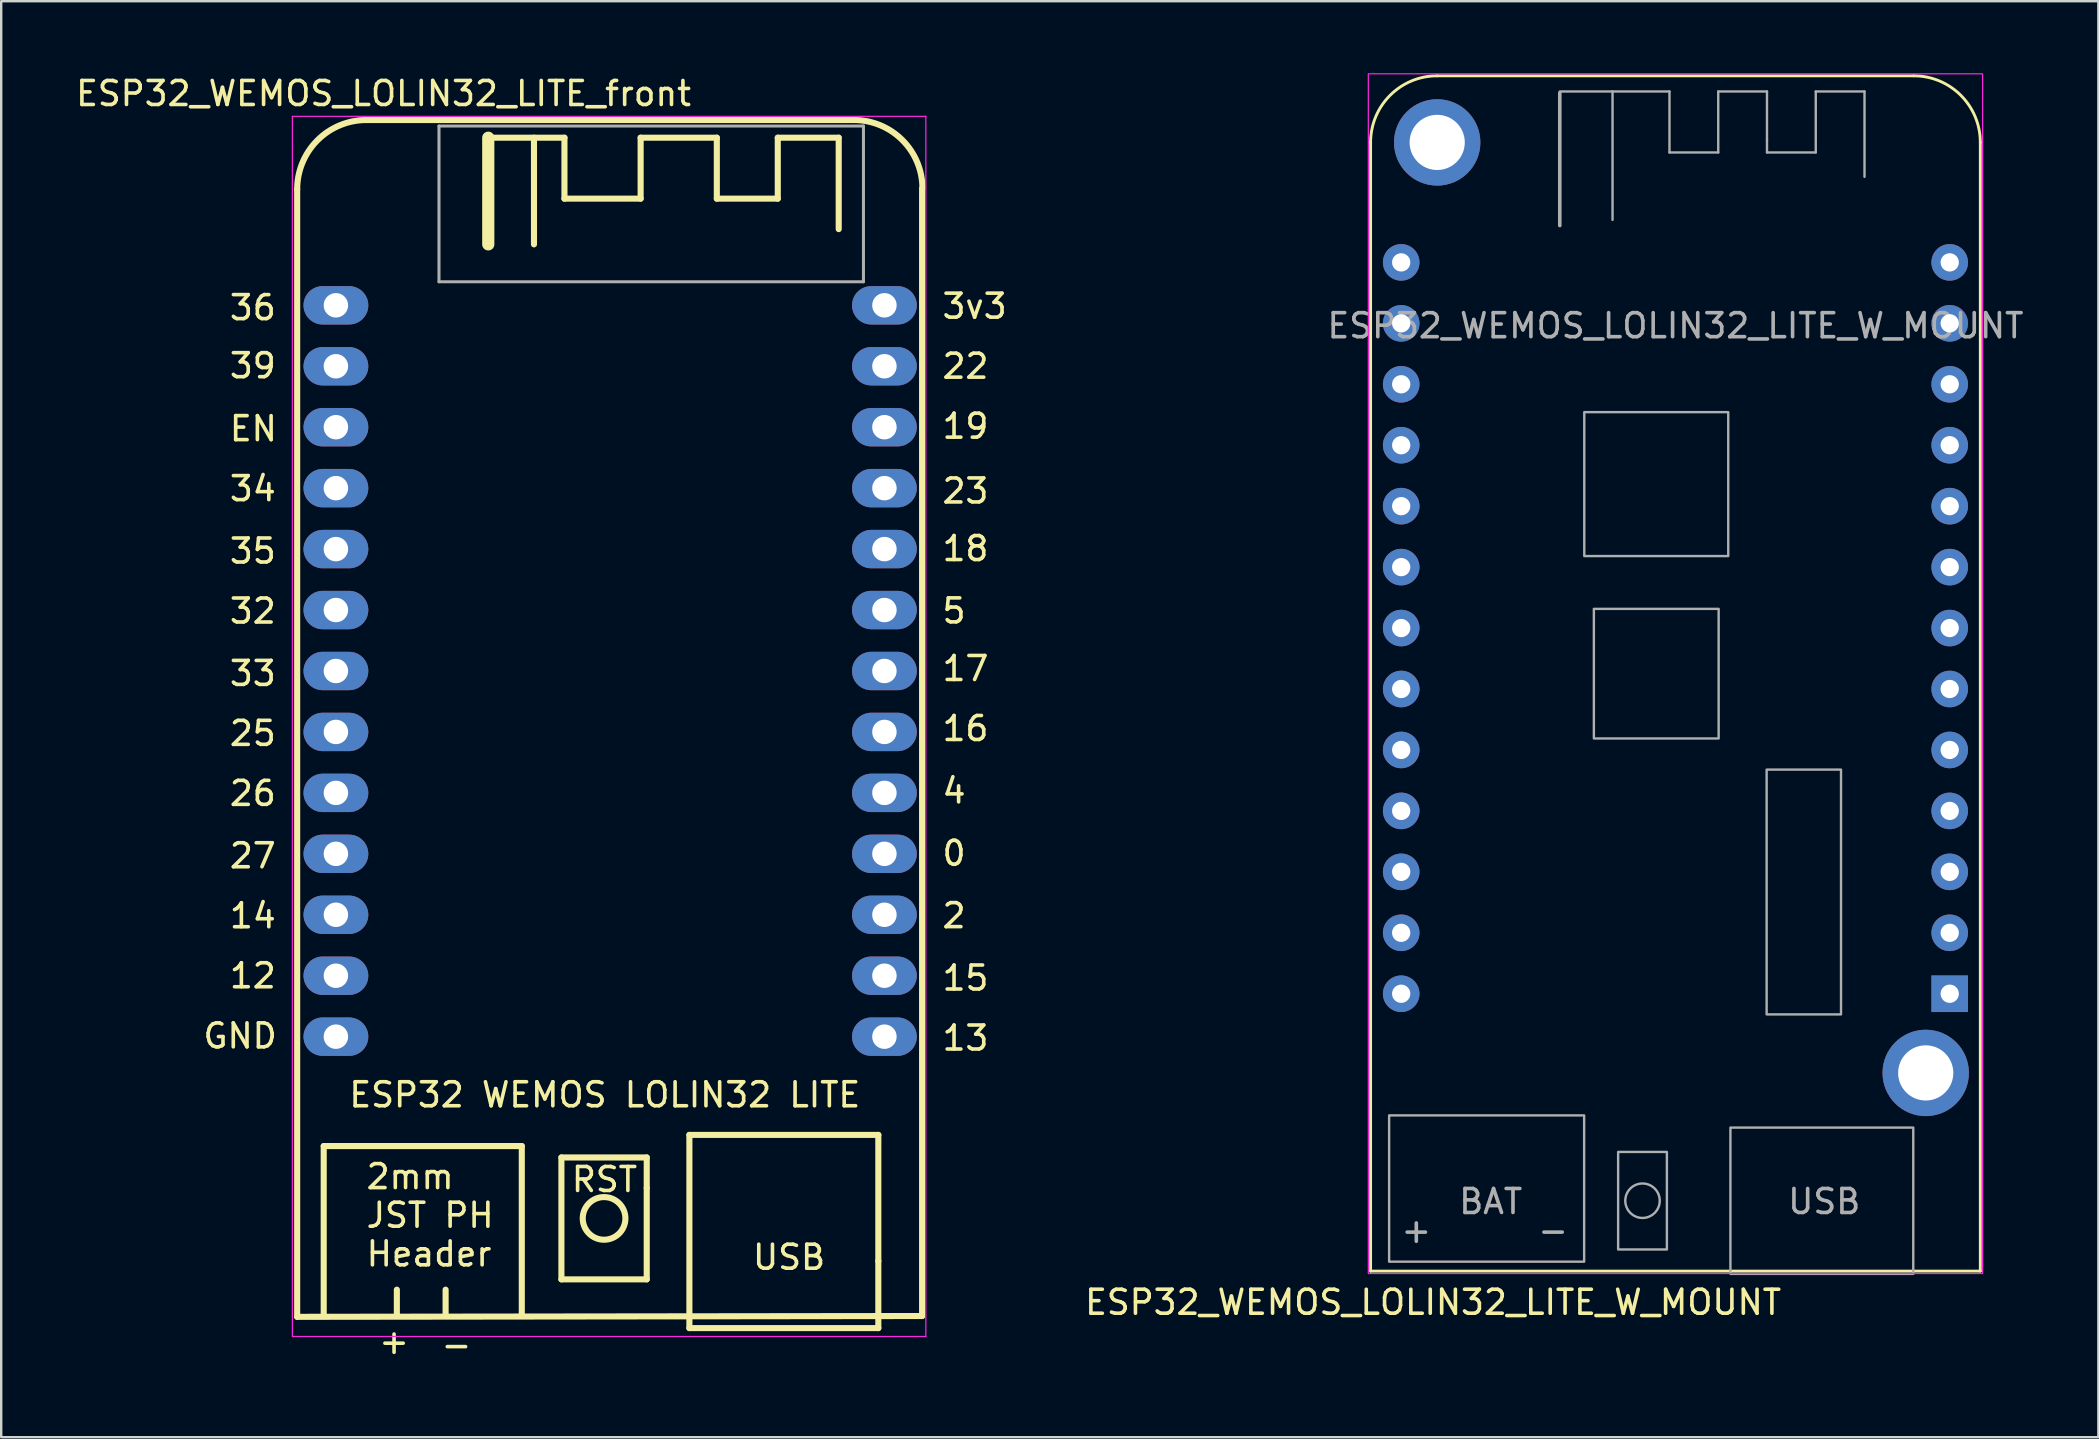
<source format=kicad_pcb>
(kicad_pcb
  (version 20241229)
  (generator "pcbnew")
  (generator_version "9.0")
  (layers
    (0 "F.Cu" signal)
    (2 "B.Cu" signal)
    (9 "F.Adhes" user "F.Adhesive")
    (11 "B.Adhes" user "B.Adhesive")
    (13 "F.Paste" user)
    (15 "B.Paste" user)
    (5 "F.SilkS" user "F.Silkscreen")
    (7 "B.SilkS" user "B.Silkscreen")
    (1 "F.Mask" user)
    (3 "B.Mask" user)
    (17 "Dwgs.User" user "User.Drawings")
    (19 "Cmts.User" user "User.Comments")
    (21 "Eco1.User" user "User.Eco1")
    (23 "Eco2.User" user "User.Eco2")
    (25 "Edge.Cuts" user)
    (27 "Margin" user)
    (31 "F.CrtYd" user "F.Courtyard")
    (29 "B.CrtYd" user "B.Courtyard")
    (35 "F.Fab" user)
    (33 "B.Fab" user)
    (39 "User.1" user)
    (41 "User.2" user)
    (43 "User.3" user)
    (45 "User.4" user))
  (footprint "ESP32_WEMOS_LOLIN32_LITE_W_MOUNT"
    (layer "F.Cu")
    (at 78.206 38.365)
    (property "Reference" "ESP32_WEMOS_LOLIN32_LITE_W_MOUNT" (at -21.53 12.86 0) (unlocked yes) (layer "F.SilkS") (effects (font (size 1 1) (thickness 0.15))))
    (attr through_hole)
    (fp_line (start -24.135 11.56) (end -24.135 -35.48) (stroke (width 0.12) (type solid)) (layer "F.SilkS"))
    (fp_line (start -21.36 -38.255) (end -1.5 -38.255) (stroke (width 0.12) (type solid)) (layer "F.SilkS"))
    (fp_line (start 1.275 -35.48) (end 1.275 11.56) (stroke (width 0.12) (type solid)) (layer "F.SilkS"))
    (fp_line (start 1.275 11.56) (end -24.135 11.56) (stroke (width 0.12) (type solid)) (layer "F.SilkS"))
    (fp_arc (start -24.135 -35.48) (mid -23.322221 -37.442221) (end -21.36 -38.255) (stroke (width 0.12) (type solid)) (layer "F.SilkS"))
    (fp_arc (start -1.5 -38.255) (mid 0.462221 -37.442221) (end 1.275 -35.48) (stroke (width 0.12) (type solid)) (layer "F.SilkS"))
    (fp_rect (start -24.23 -38.34) (end 1.37 11.66) (stroke (width 0.05) (type solid)) (fill no) (layer "F.CrtYd"))
    (fp_line (start -16.251 -37.602) (end -11.679 -37.602) (stroke (width 0.1) (type solid)) (layer "F.Fab"))
    (fp_line (start -16.251 -32.014) (end -16.251 -37.54) (stroke (width 0.15) (type solid)) (layer "F.Fab"))
    (fp_line (start -14.052 -32.252) (end -14.052 -37.602) (stroke (width 0.1) (type solid)) (layer "F.Fab"))
    (fp_line (start -11.679 -37.602) (end -11.679 -35.062) (stroke (width 0.1) (type solid)) (layer "F.Fab"))
    (fp_line (start -11.679 -35.062) (end -9.647 -35.062) (stroke (width 0.1) (type solid)) (layer "F.Fab"))
    (fp_line (start -9.647 -37.602) (end -7.615 -37.602) (stroke (width 0.1) (type solid)) (layer "F.Fab"))
    (fp_line (start -9.647 -35.062) (end -9.647 -37.602) (stroke (width 0.1) (type solid)) (layer "F.Fab"))
    (fp_line (start -7.615 -37.602) (end -7.615 -35.57) (stroke (width 0.1) (type solid)) (layer "F.Fab"))
    (fp_line (start -7.615 -35.57) (end -7.615 -35.062) (stroke (width 0.1) (type solid)) (layer "F.Fab"))
    (fp_line (start -7.615 -35.062) (end -5.583 -35.062) (stroke (width 0.1) (type solid)) (layer "F.Fab"))
    (fp_line (start -5.583 -37.602) (end -3.551 -37.602) (stroke (width 0.1) (type solid)) (layer "F.Fab"))
    (fp_line (start -5.583 -35.062) (end -5.583 -37.602) (stroke (width 0.1) (type solid)) (layer "F.Fab"))
    (fp_line (start -3.551 -37.602) (end -3.551 -34.046) (stroke (width 0.1) (type solid)) (layer "F.Fab"))
    (fp_rect (start -23.363 11.166) (end -15.235 5.07) (stroke (width 0.1) (type solid)) (fill no) (layer "F.Fab"))
    (fp_rect (start -15.23 -24.24) (end -9.23 -18.24) (stroke (width 0.1) (type solid)) (fill no) (layer "F.Fab"))
    (fp_rect (start -14.83 -16.04) (end -9.63 -10.64) (stroke (width 0.1) (type solid)) (fill no) (layer "F.Fab"))
    (fp_rect (start -13.819 6.594) (end -11.787 10.658) (stroke (width 0.1) (type solid)) (fill no) (layer "F.Fab"))
    (fp_rect (start -7.63 -9.34) (end -4.53 0.86) (stroke (width 0.1) (type solid)) (fill no) (layer "F.Fab"))
    (fp_rect (start -1.519 11.674) (end -9.139 5.578) (stroke (width 0.1) (type solid)) (fill no) (layer "F.Fab"))
    (fp_circle (center -12.803 8.626) (end -12.085 8.626) (stroke (width 0.1) (type solid)) (fill no) (layer "F.Fab"))
    (fp_text user "+" (at -22.23 9.86 0) (unlocked yes) (layer "F.Fab") (effects (font (size 1 1) (thickness 0.15))))
    (fp_text user "USB" (at -5.23 8.66 0) (unlocked yes) (layer "F.Fab") (effects (font (size 1 1) (thickness 0.15))))
    (fp_text user "-" (at -16.53 9.86 0) (unlocked yes) (layer "F.Fab") (effects (font (size 1 1) (thickness 0.15))))
    (fp_text user "BAT" (at -19.13 8.66 0) (unlocked yes) (layer "F.Fab") (effects (font (size 1 1) (thickness 0.15))))
    (fp_text user "${REFERENCE}" (at -11.43 -27.84 0) (unlocked yes) (layer "F.Fab") (effects (font (size 1 1) (thickness 0.15))))
    (pad "" np_thru_hole circle (at -21.36 -35.48) (size 3.6 3.6) (drill 2.3) (layers "*.Cu" "*.Mask"))
    (pad "" np_thru_hole circle (at -1 3.3) (size 3.6 3.6) (drill 2.3) (layers "*.Cu" "*.Mask"))
    (pad "1" thru_hole rect (at 0 0) (size 1.524 1.524) (drill 0.762) (layers "*.Cu" "*.Mask"))
    (pad "2" thru_hole circle (at 0 -2.54) (size 1.524 1.524) (drill 0.762) (layers "*.Cu" "*.Mask"))
    (pad "3" thru_hole circle (at 0 -5.08) (size 1.524 1.524) (drill 0.762) (layers "*.Cu" "*.Mask"))
    (pad "4" thru_hole circle (at 0 -7.62) (size 1.524 1.524) (drill 0.762) (layers "*.Cu" "*.Mask"))
    (pad "5" thru_hole circle (at 0 -10.16) (size 1.524 1.524) (drill 0.762) (layers "*.Cu" "*.Mask"))
    (pad "6" thru_hole circle (at 0 -12.7) (size 1.524 1.524) (drill 0.762) (layers "*.Cu" "*.Mask"))
    (pad "7" thru_hole circle (at 0 -15.24) (size 1.524 1.524) (drill 0.762) (layers "*.Cu" "*.Mask"))
    (pad "8" thru_hole circle (at 0 -17.78) (size 1.524 1.524) (drill 0.762) (layers "*.Cu" "*.Mask"))
    (pad "9" thru_hole circle (at 0 -20.32) (size 1.524 1.524) (drill 0.762) (layers "*.Cu" "*.Mask"))
    (pad "10" thru_hole circle (at 0 -22.86) (size 1.524 1.524) (drill 0.762) (layers "*.Cu" "*.Mask"))
    (pad "11" thru_hole circle (at 0 -25.4) (size 1.524 1.524) (drill 0.762) (layers "*.Cu" "*.Mask"))
    (pad "12" thru_hole circle (at 0 -27.94) (size 1.524 1.524) (drill 0.762) (layers "*.Cu" "*.Mask"))
    (pad "13" thru_hole circle (at 0 -30.48) (size 1.524 1.524) (drill 0.762) (layers "*.Cu" "*.Mask"))
    (pad "14" thru_hole circle (at -22.86 -30.48) (size 1.524 1.524) (drill 0.762) (layers "*.Cu" "*.Mask"))
    (pad "15" thru_hole circle (at -22.86 -27.94) (size 1.524 1.524) (drill 0.762) (layers "*.Cu" "*.Mask"))
    (pad "16" thru_hole circle (at -22.86 -25.4) (size 1.524 1.524) (drill 0.762) (layers "*.Cu" "*.Mask"))
    (pad "17" thru_hole circle (at -22.86 -22.86) (size 1.524 1.524) (drill 0.762) (layers "*.Cu" "*.Mask"))
    (pad "18" thru_hole circle (at -22.86 -20.32) (size 1.524 1.524) (drill 0.762) (layers "*.Cu" "*.Mask"))
    (pad "19" thru_hole circle (at -22.86 -17.78) (size 1.524 1.524) (drill 0.762) (layers "*.Cu" "*.Mask"))
    (pad "20" thru_hole circle (at -22.86 -15.24) (size 1.524 1.524) (drill 0.762) (layers "*.Cu" "*.Mask"))
    (pad "21" thru_hole circle (at -22.86 -12.7) (size 1.524 1.524) (drill 0.762) (layers "*.Cu" "*.Mask"))
    (pad "22" thru_hole circle (at -22.86 -10.16) (size 1.524 1.524) (drill 0.762) (layers "*.Cu" "*.Mask"))
    (pad "23" thru_hole circle (at -22.86 -7.62) (size 1.524 1.524) (drill 0.762) (layers "*.Cu" "*.Mask"))
    (pad "24" thru_hole circle (at -22.86 -5.08) (size 1.524 1.524) (drill 0.762) (layers "*.Cu" "*.Mask"))
    (pad "25" thru_hole circle (at -22.86 -2.54) (size 1.524 1.524) (drill 0.762) (layers "*.Cu" "*.Mask"))
    (pad "26" thru_hole circle (at -22.86 0) (size 1.524 1.524) (drill 0.762) (layers "*.Cu" "*.Mask")))
  (footprint "ESP32_WEMOS_LOLIN32_LITE_front"
    (layer "F.Cu")
    (at 21.855 26.198)
    (property "Reference" "ESP32_WEMOS_LOLIN32_LITE_front" (at -8.92 -25.35 0) (layer "F.SilkS") (effects (font (size 1 1) (thickness 0.15))))
    (attr through_hole)
    (fp_line (start -12.52 25.632) (end -12.52 -21.358) (stroke (width 0.254) (type solid)) (layer "F.SilkS"))
    (fp_line (start -12.52 25.632) (end 13.524 25.598) (stroke (width 0.254) (type solid)) (layer "F.SilkS"))
    (fp_line (start -11.414 18.515) (end -11.414 25.5) (stroke (width 0.254) (type solid)) (layer "F.SilkS"))
    (fp_line (start -9.636 -24.246) (end 10.684 -24.246) (stroke (width 0.254) (type solid)) (layer "F.SilkS"))
    (fp_line (start -8.366 24.5) (end -8.366 25.5) (stroke (width 0.254) (type solid)) (layer "F.SilkS"))
    (fp_line (start -6.334 24.5) (end -6.334 25.5) (stroke (width 0.254) (type solid)) (layer "F.SilkS"))
    (fp_line (start -4.556 -23.509) (end -4.556 -19.064) (stroke (width 0.508) (type solid)) (layer "F.SilkS"))
    (fp_line (start -4.556 -23.509) (end -1.381 -23.509) (stroke (width 0.254) (type solid)) (layer "F.SilkS"))
    (fp_line (start -3.159 18.515) (end -11.414 18.515) (stroke (width 0.254) (type solid)) (layer "F.SilkS"))
    (fp_line (start -3.159 25.5) (end -3.159 18.515) (stroke (width 0.254) (type solid)) (layer "F.SilkS"))
    (fp_line (start -2.651 -19.064) (end -2.651 -23.509) (stroke (width 0.254) (type solid)) (layer "F.SilkS"))
    (fp_line (start -1.508 18.99) (end 2.048 18.99) (stroke (width 0.254) (type solid)) (layer "F.SilkS"))
    (fp_line (start -1.508 24.07) (end -1.508 18.99) (stroke (width 0.254) (type solid)) (layer "F.SilkS"))
    (fp_line (start -1.381 -23.509) (end -1.381 -20.969) (stroke (width 0.254) (type solid)) (layer "F.SilkS"))
    (fp_line (start -1.381 -20.969) (end 1.794 -20.969) (stroke (width 0.254) (type solid)) (layer "F.SilkS"))
    (fp_line (start 1.794 -23.509) (end 4.969 -23.509) (stroke (width 0.254) (type solid)) (layer "F.SilkS"))
    (fp_line (start 1.794 -20.969) (end 1.794 -23.509) (stroke (width 0.254) (type solid)) (layer "F.SilkS"))
    (fp_line (start 2.048 18.99) (end 2.048 20.26) (stroke (width 0.254) (type solid)) (layer "F.SilkS"))
    (fp_line (start 2.048 20.26) (end 2.048 24.07) (stroke (width 0.254) (type solid)) (layer "F.SilkS"))
    (fp_line (start 2.048 24.07) (end -1.508 24.07) (stroke (width 0.254) (type solid)) (layer "F.SilkS"))
    (fp_line (start 3.826 18.05) (end 3.826 26.102) (stroke (width 0.254) (type solid)) (layer "F.SilkS"))
    (fp_line (start 3.826 26.102) (end 11.7 26.102) (stroke (width 0.254) (type solid)) (layer "F.SilkS"))
    (fp_line (start 4.969 -23.509) (end 4.969 -20.969) (stroke (width 0.254) (type solid)) (layer "F.SilkS"))
    (fp_line (start 4.969 -20.969) (end 7.509 -20.969) (stroke (width 0.254) (type solid)) (layer "F.SilkS"))
    (fp_line (start 7.509 -23.509) (end 10.049 -23.509) (stroke (width 0.254) (type solid)) (layer "F.SilkS"))
    (fp_line (start 7.509 -20.969) (end 7.509 -23.509) (stroke (width 0.254) (type solid)) (layer "F.SilkS"))
    (fp_line (start 10.049 -23.509) (end 10.049 -19.699) (stroke (width 0.254) (type solid)) (layer "F.SilkS"))
    (fp_line (start 11.7 18.05) (end 3.826 18.05) (stroke (width 0.254) (type solid)) (layer "F.SilkS"))
    (fp_line (start 11.7 23.308) (end 11.7 18.05) (stroke (width 0.254) (type solid)) (layer "F.SilkS"))
    (fp_line (start 11.7 26.102) (end 11.7 23.308) (stroke (width 0.254) (type solid)) (layer "F.SilkS"))
    (fp_line (start 13.524 -21.392) (end 13.524 25.598) (stroke (width 0.254) (type solid)) (layer "F.SilkS"))
    (fp_arc (start -12.519999 -21.358185) (mid -11.676709 -23.4) (end -9.636051 -24.246087) (stroke (width 0.254) (type solid)) (layer "F.SilkS"))
    (fp_arc (start 10.683949 -24.246087) (mid 12.702222 -23.41009) (end 13.538219 -21.391817) (stroke (width 0.254) (type solid)) (layer "F.SilkS"))
    (fp_circle (center 0.27 21.53) (end 1.159 21.53) (stroke (width 0.254) (type solid)) (fill no) (layer "F.SilkS"))
    (fp_line (start -12.72 -24.4) (end 13.68 -24.4) (stroke (width 0.05) (type solid)) (layer "F.CrtYd"))
    (fp_line (start -12.72 26.45) (end -12.72 -24.4) (stroke (width 0.05) (type solid)) (layer "F.CrtYd"))
    (fp_line (start 13.68 -24.4) (end 13.68 26.45) (stroke (width 0.05) (type solid)) (layer "F.CrtYd"))
    (fp_line (start 13.68 26.45) (end -12.72 26.45) (stroke (width 0.05) (type solid)) (layer "F.CrtYd"))
    (fp_line (start -6.61 -23.995) (end -6.61 -17.505) (stroke (width 0.127) (type solid)) (layer "F.Fab"))
    (fp_line (start 11.08 -23.995) (end -6.61 -23.995) (stroke (width 0.127) (type solid)) (layer "F.Fab"))
    (fp_line (start 11.08 -17.505) (end -6.61 -17.505) (stroke (width 0.127) (type solid)) (layer "F.Fab"))
    (fp_line (start 11.08 -17.505) (end 11.08 -23.995) (stroke (width 0.127) (type solid)) (layer "F.Fab"))
    (fp_text user "2mm\nJST PH\nHeader" (at -9.72 21.4 0) (unlocked yes) (layer "F.SilkS") (effects (font (size 1 1) (thickness 0.15)) (justify left)))
    (fp_text user "ESP32 WEMOS LOLIN32 LITE" (at -10.44 16.38 0) (layer "F.SilkS") (effects (font (size 1 1) (thickness 0.15)) (justify left)))
    (fp_text user "36" (at -15.42 -15.84 0) (unlocked yes) (layer "F.SilkS") (effects (font (size 1 1) (thickness 0.15)) (justify left bottom)))
    (fp_text user "33" (at -15.42 -0.596 0) (unlocked yes) (layer "F.SilkS") (effects (font (size 1 1) (thickness 0.15)) (justify left bottom)))
    (fp_text user "-" (at -6.6 26.8 0) (unlocked yes) (layer "F.SilkS") (effects (font (size 1 1) (thickness 0.15)) (justify left)))
    (fp_text user "27" (at -15.42 7.004 0) (unlocked yes) (layer "F.SilkS") (effects (font (size 1 1) (thickness 0.15)) (justify left bottom)))
    (fp_text user "35" (at -15.42 -5.696 0) (unlocked yes) (layer "F.SilkS") (effects (font (size 1 1) (thickness 0.15)) (justify left bottom)))
    (fp_text user "23" (at 14.28 -8.2 0) (unlocked yes) (layer "F.SilkS") (effects (font (size 1 1) (thickness 0.15)) (justify left bottom)))
    (fp_text user "0" (at 14.28 6.9 0) (unlocked yes) (layer "F.SilkS") (effects (font (size 1 1) (thickness 0.15)) (justify left bottom)))
    (fp_text user "EN" (at -15.42 -10.796 0) (unlocked yes) (layer "F.SilkS") (effects (font (size 1 1) (thickness 0.15)) (justify left bottom)))
    (fp_text user "3v3" (at 14.28 -15.9 0) (unlocked yes) (layer "F.SilkS") (effects (font (size 1 1) (thickness 0.15)) (justify left bottom)))
    (fp_text user "25" (at -15.42 1.904 0) (unlocked yes) (layer "F.SilkS") (effects (font (size 1 1) (thickness 0.15)) (justify left bottom)))
    (fp_text user "26" (at -15.42 4.404 0) (unlocked yes) (layer "F.SilkS") (effects (font (size 1 1) (thickness 0.15)) (justify left bottom)))
    (fp_text user "4" (at 14.28 4.3 0) (unlocked yes) (layer "F.SilkS") (effects (font (size 1 1) (thickness 0.15)) (justify left bottom)))
    (fp_text user "5" (at 14.28 -3.2 0) (unlocked yes) (layer "F.SilkS") (effects (font (size 1 1) (thickness 0.15)) (justify left bottom)))
    (fp_text user "12" (at -15.42 12.004 0) (unlocked yes) (layer "F.SilkS") (effects (font (size 1 1) (thickness 0.15)) (justify left bottom)))
    (fp_text user "2" (at 14.28 9.5 0) (unlocked yes) (layer "F.SilkS") (effects (font (size 1 1) (thickness 0.15)) (justify left bottom)))
    (fp_text user "15" (at 14.28 12.1 0) (unlocked yes) (layer "F.SilkS") (effects (font (size 1 1) (thickness 0.15)) (justify left bottom)))
    (fp_text user "+" (at -9.2 26.656 0) (unlocked yes) (layer "F.SilkS") (effects (font (size 1 1) (thickness 0.15)) (justify left)))
    (fp_text user "34" (at -15.42 -8.296 0) (unlocked yes) (layer "F.SilkS") (effects (font (size 1 1) (thickness 0.15)) (justify left bottom)))
    (fp_text user "18" (at 14.28 -5.8 0) (unlocked yes) (layer "F.SilkS") (effects (font (size 1 1) (thickness 0.15)) (justify left bottom)))
    (fp_text user "19" (at 14.28 -10.9 0) (unlocked yes) (layer "F.SilkS") (effects (font (size 1 1) (thickness 0.15)) (justify left bottom)))
    (fp_text user "16" (at 14.28 1.7 0) (unlocked yes) (layer "F.SilkS") (effects (font (size 1 1) (thickness 0.15)) (justify left bottom)))
    (fp_text user "13" (at 14.28 14.6 0) (unlocked yes) (layer "F.SilkS") (effects (font (size 1 1) (thickness 0.15)) (justify left bottom)))
    (fp_text user "RST" (at -1.17 19.91 0) (unlocked yes) (layer "F.SilkS") (effects (font (size 1 1) (thickness 0.15)) (justify left)))
    (fp_text user "39" (at -15.42 -13.42 0) (unlocked yes) (layer "F.SilkS") (effects (font (size 1 1) (thickness 0.15)) (justify left bottom)))
    (fp_text user "17" (at 14.28 -0.8 0) (unlocked yes) (layer "F.SilkS") (effects (font (size 1 1) (thickness 0.15)) (justify left bottom)))
    (fp_text user "32" (at -15.42 -3.196 0) (unlocked yes) (layer "F.SilkS") (effects (font (size 1 1) (thickness 0.15)) (justify left bottom)))
    (fp_text user "14" (at -15.42 9.504 0) (unlocked yes) (layer "F.SilkS") (effects (font (size 1 1) (thickness 0.15)) (justify left bottom)))
    (fp_text user "GND" (at -16.52 14.51 0) (unlocked yes) (layer "F.SilkS") (effects (font (size 1 1) (thickness 0.15)) (justify left bottom)))
    (fp_text user "22" (at 14.28 -13.4 0) (unlocked yes) (layer "F.SilkS") (effects (font (size 1 1) (thickness 0.15)) (justify left bottom)))
    (fp_text user "USB" (at 6.38 23.15 0) (unlocked yes) (layer "F.SilkS") (effects (font (size 1 1) (thickness 0.15)) (justify left)))
    (pad "0" thru_hole oval (at 11.954 6.336) (size 2.7 1.6) (drill 1.02) (layers "*.Cu" "*.Paste" "*.Mask"))
    (pad "2" thru_hole oval (at 11.954 8.876) (size 2.7 1.6) (drill 1.02) (layers "*.Cu" "*.Paste" "*.Mask"))
    (pad "3V3" thru_hole oval (at 11.954 -16.524) (size 2.7 1.6) (drill 1.02) (layers "*.Cu" "*.Paste" "*.Mask"))
    (pad "4" thru_hole oval (at 11.954 3.796) (size 2.7 1.6) (drill 1.02) (layers "*.Cu" "*.Paste" "*.Mask"))
    (pad "5" thru_hole oval (at 11.954 -3.824) (size 2.7 1.6) (drill 1.02) (layers "*.Cu" "*.Paste" "*.Mask"))
    (pad "12" thru_hole oval (at -10.906 11.416) (size 2.7 1.6) (drill 1.02) (layers "*.Cu" "*.Paste" "*.Mask"))
    (pad "13" thru_hole oval (at 11.954 13.956) (size 2.7 1.6) (drill 1.02) (layers "*.Cu" "*.Paste" "*.Mask"))
    (pad "14" thru_hole oval (at -10.906 8.876) (size 2.7 1.6) (drill 1.02) (layers "*.Cu" "*.Paste" "*.Mask"))
    (pad "15" thru_hole oval (at 11.954 11.416) (size 2.7 1.6) (drill 1.02) (layers "*.Cu" "*.Paste" "*.Mask"))
    (pad "16" thru_hole oval (at 11.954 1.256) (size 2.7 1.6) (drill 1.02) (layers "*.Cu" "*.Paste" "*.Mask"))
    (pad "17" thru_hole oval (at 11.954 -1.284) (size 2.7 1.6) (drill 1.02) (layers "*.Cu" "*.Paste" "*.Mask"))
    (pad "18" thru_hole oval (at 11.954 -6.364) (size 2.7 1.6) (drill 1.02) (layers "*.Cu" "*.Paste" "*.Mask"))
    (pad "19" thru_hole oval (at 11.954 -11.444) (size 2.7 1.6) (drill 1.02) (layers "*.Cu" "*.Paste" "*.Mask"))
    (pad "22" thru_hole oval (at 11.954 -13.984) (size 2.7 1.6) (drill 1.02) (layers "*.Cu" "*.Paste" "*.Mask"))
    (pad "23" thru_hole oval (at 11.954 -8.904) (size 2.7 1.6) (drill 1.02) (layers "*.Cu" "*.Paste" "*.Mask"))
    (pad "25" thru_hole oval (at -10.906 1.256) (size 2.7 1.6) (drill 1.02) (layers "*.Cu" "*.Paste" "*.Mask"))
    (pad "26" thru_hole oval (at -10.906 3.796) (size 2.7 1.6) (drill 1.02) (layers "*.Cu" "*.Paste" "*.Mask"))
    (pad "27" thru_hole oval (at -10.906 6.336) (size 2.7 1.6) (drill 1.02) (layers "*.Cu" "*.Paste" "*.Mask"))
    (pad "32" thru_hole oval (at -10.906 -3.824) (size 2.7 1.6) (drill 1.02) (layers "*.Cu" "*.Paste" "*.Mask"))
    (pad "33" thru_hole oval (at -10.906 -1.284) (size 2.7 1.6) (drill 1.02) (layers "*.Cu" "*.Paste" "*.Mask"))
    (pad "34" thru_hole oval (at -10.906 -8.904) (size 2.7 1.6) (drill 1.02) (layers "*.Cu" "*.Paste" "*.Mask"))
    (pad "35" thru_hole oval (at -10.906 -6.364) (size 2.7 1.6) (drill 1.02) (layers "*.Cu" "*.Paste" "*.Mask"))
    (pad "36" thru_hole oval (at -10.906 -16.524) (size 2.7 1.6) (drill 1.02) (layers "*.Cu" "*.Paste" "*.Mask"))
    (pad "39" thru_hole oval (at -10.906 -13.984) (size 2.7 1.6) (drill 1.02) (layers "*.Cu" "*.Paste" "*.Mask"))
    (pad "EN" thru_hole oval (at -10.906 -11.444) (size 2.7 1.6) (drill 1.02) (layers "*.Cu" "*.Paste" "*.Mask"))
    (pad "GND" thru_hole oval (at -10.906 13.956) (size 2.7 1.6) (drill 1.02) (layers "*.Cu" "*.Paste" "*.Mask")))
  (gr_rect
    (start -3 -3)
    (end 84.401 56.846)
    (stroke (width 0.1) (type default))
    (fill no)
    (layer "Edge.Cuts")))
</source>
